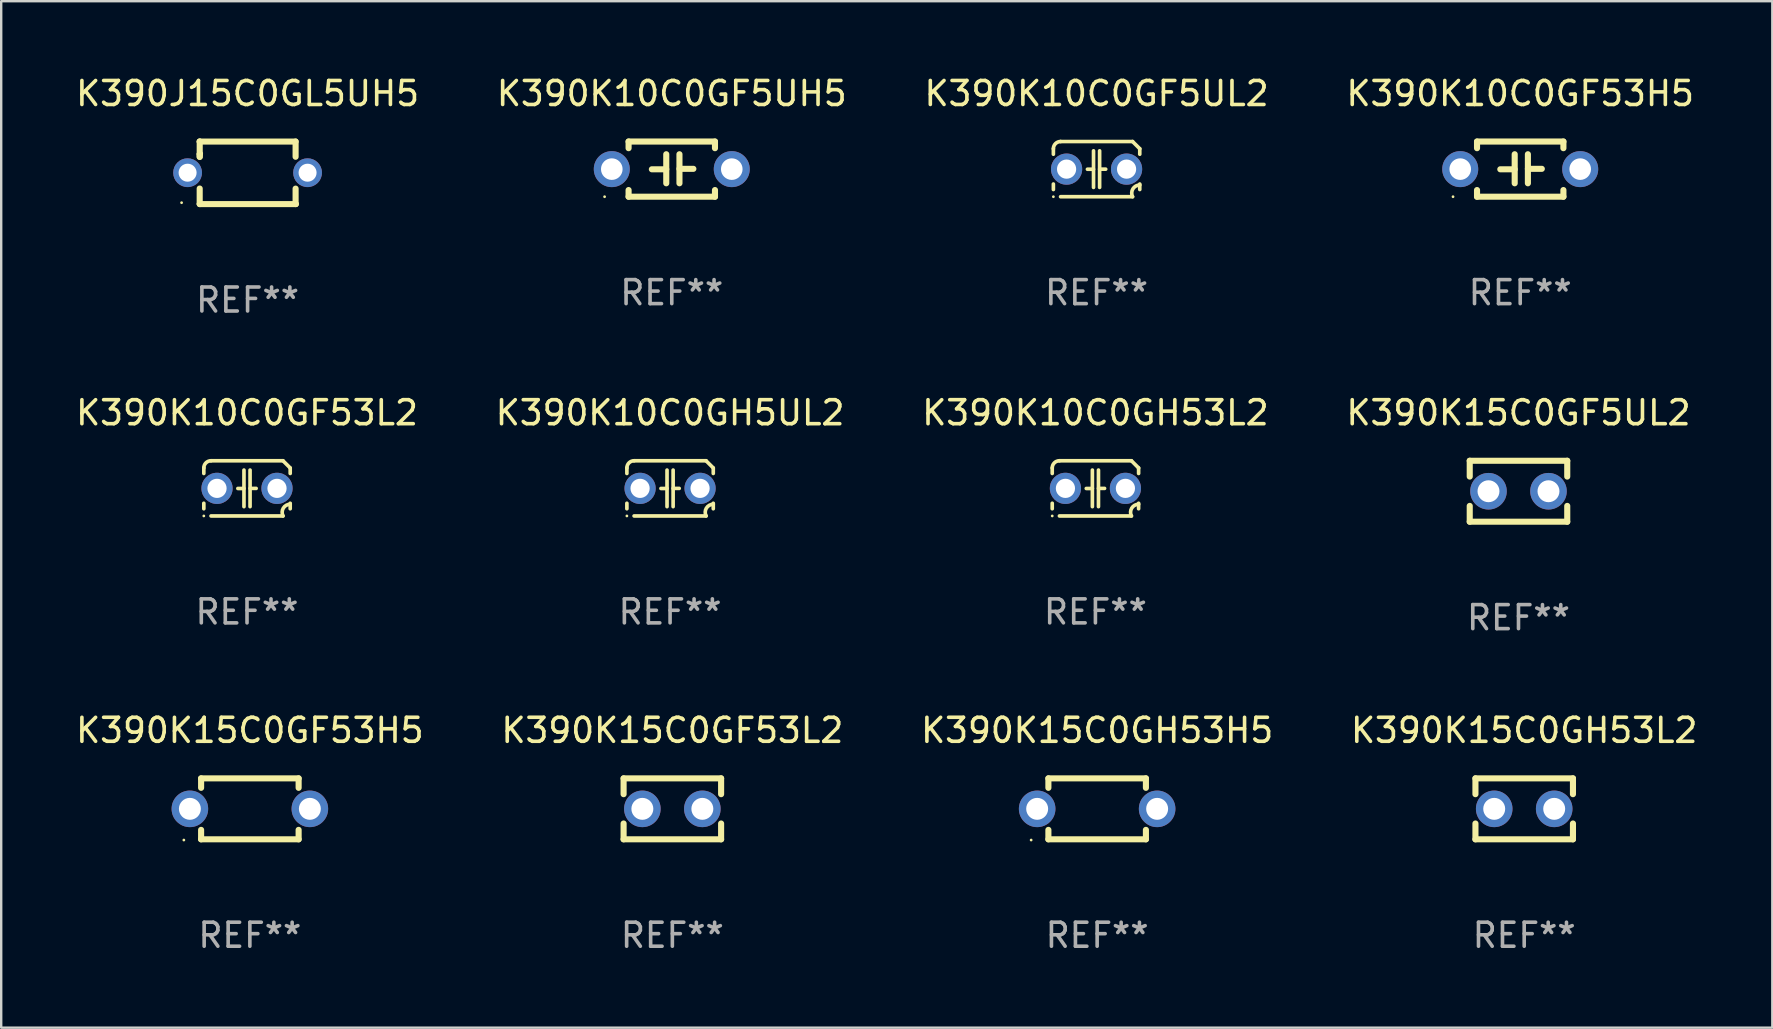
<source format=kicad_pcb>
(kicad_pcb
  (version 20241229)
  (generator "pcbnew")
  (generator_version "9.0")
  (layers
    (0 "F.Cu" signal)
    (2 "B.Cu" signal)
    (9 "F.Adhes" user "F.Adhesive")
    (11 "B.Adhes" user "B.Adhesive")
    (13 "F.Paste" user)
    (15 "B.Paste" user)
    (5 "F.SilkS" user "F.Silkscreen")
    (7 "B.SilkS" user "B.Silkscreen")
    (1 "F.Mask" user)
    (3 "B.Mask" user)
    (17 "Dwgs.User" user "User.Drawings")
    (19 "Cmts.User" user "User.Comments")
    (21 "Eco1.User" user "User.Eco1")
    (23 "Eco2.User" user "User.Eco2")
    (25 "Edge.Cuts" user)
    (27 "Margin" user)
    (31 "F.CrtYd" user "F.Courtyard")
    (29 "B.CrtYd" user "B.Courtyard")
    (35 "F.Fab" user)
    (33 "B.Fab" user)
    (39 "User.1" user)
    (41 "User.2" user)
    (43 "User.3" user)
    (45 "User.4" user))
  (footprint "K390K10C0GF5UH5"
    (layer "F.Cu")
    (at 24.946 3.998)
    (property "Reference" "K390K10C0GF5UH5" (at 0 -3.15 0) (layer "F.SilkS") (effects (font (size 1 1) (thickness 0.15))))
    (attr through_hole)
    (fp_line (start -1.8 -1.15) (end -1.8 -0.872) (stroke (width 0.254) (type solid)) (layer "F.SilkS"))
    (fp_line (start -1.8 -1.15) (end 1.8 -1.15) (stroke (width 0.254) (type solid)) (layer "F.SilkS"))
    (fp_line (start -1.8 0.872) (end -1.8 1.15) (stroke (width 0.254) (type solid)) (layer "F.SilkS"))
    (fp_line (start -1.8 1.15) (end 1.8 1.15) (stroke (width 0.254) (type solid)) (layer "F.SilkS"))
    (fp_line (start -0.23 -0.62) (end -0.23 0.59) (stroke (width 0.254) (type solid)) (layer "F.SilkS"))
    (fp_line (start -0.23 0.007) (end -0.83 0.007) (stroke (width 0.254) (type solid)) (layer "F.SilkS"))
    (fp_line (start 0.32 -0.62) (end 0.32 0.59) (stroke (width 0.254) (type solid)) (layer "F.SilkS"))
    (fp_line (start 0.32 -0.012) (end 0.9 -0.012) (stroke (width 0.254) (type solid)) (layer "F.SilkS"))
    (fp_line (start 1.8 -1.15) (end 1.8 -0.872) (stroke (width 0.254) (type solid)) (layer "F.SilkS"))
    (fp_line (start 1.8 0.872) (end 1.8 1.15) (stroke (width 0.254) (type solid)) (layer "F.SilkS"))
    (fp_circle (center -2.8 1.15) (end -2.77 1.15) (stroke (width 0.06) (type solid)) (fill no) (layer "F.SilkS"))
    (fp_text user "REF**" (at 0 5.15 0) (layer "F.Fab") (effects (font (size 1 1) (thickness 0.15))))
    (pad "1" thru_hole circle (at -2.5 0) (size 1.5 1.5) (drill 0.9) (layers "*.Cu" "*.Mask"))
    (pad "2" thru_hole circle (at 2.5 0) (size 1.5 1.5) (drill 0.9) (layers "*.Cu" "*.Mask")))
  (footprint "K390K10C0GF5UL2"
    (layer "F.Cu")
    (at 42.649 3.998)
    (property "Reference" "K390K10C0GF5UL2" (at 0 -3.15 0) (layer "F.SilkS") (effects (font (size 1 1) (thickness 0.15))))
    (attr through_hole)
    (fp_line (start -1.8 -0.621) (end -1.8 -0.85) (stroke (width 0.152) (type solid)) (layer "F.SilkS"))
    (fp_line (start -1.8 0.85) (end -1.8 0.621) (stroke (width 0.152) (type solid)) (layer "F.SilkS"))
    (fp_line (start -1.5 -1.15) (end 1.5 -1.15) (stroke (width 0.152) (type solid)) (layer "F.SilkS"))
    (fp_line (start -0.127 -0.762) (end -0.127 0.762) (stroke (width 0.152) (type solid)) (layer "F.SilkS"))
    (fp_line (start -0.127 0.005) (end -0.381 0.005) (stroke (width 0.152) (type solid)) (layer "F.SilkS"))
    (fp_line (start 0.127 -0.762) (end 0.127 0.762) (stroke (width 0.152) (type solid)) (layer "F.SilkS"))
    (fp_line (start 0.127 0.002) (end 0.381 0.002) (stroke (width 0.152) (type solid)) (layer "F.SilkS"))
    (fp_line (start 1.5 1.15) (end -1.5 1.15) (stroke (width 0.152) (type solid)) (layer "F.SilkS"))
    (fp_line (start 1.8 -0.85) (end 1.8 -0.621) (stroke (width 0.152) (type solid)) (layer "F.SilkS"))
    (fp_line (start 1.8 0.621) (end 1.8 0.85) (stroke (width 0.152) (type solid)) (layer "F.SilkS"))
    (fp_arc (start -1.799975 -0.849987) (mid -1.712107 -1.062119) (end -1.499975 -1.149987) (stroke (width 0.151994) (type solid)) (layer "F.SilkS"))
    (fp_arc (start 1.499975 1.149987) (mid 1.513726 0.822359) (end 1.799975 0.662387) (stroke (width 0.151994) (type solid)) (layer "F.SilkS"))
    (fp_arc (start 1.500001 -1.149986) (mid 1.650015 -1.000001) (end 1.8 -0.849987) (stroke (width 0.151994) (type solid)) (layer "F.SilkS"))
    (fp_circle (center -1.8 1.15) (end -1.77 1.15) (stroke (width 0.06) (type solid)) (fill no) (layer "F.SilkS"))
    (fp_text user "REF**" (at 0 5.15 0) (layer "F.Fab") (effects (font (size 1 1) (thickness 0.15))))
    (pad "1" thru_hole circle (at -1.25 0) (size 1.3 1.3) (drill 0.8) (layers "*.Cu" "*.Mask"))
    (pad "2" thru_hole circle (at 1.25 0) (size 1.3 1.3) (drill 0.8) (layers "*.Cu" "*.Mask")))
  (footprint "K390K15C0GF53L2"
    (layer "F.Cu")
    (at 24.97 30.658)
    (property "Reference" "K390K15C0GF53L2" (at 0 -3.27 0) (layer "F.SilkS") (effects (font (size 1 1) (thickness 0.15))))
    (attr through_hole)
    (fp_line (start -2.032 -1.27) (end -2.032 -0.611) (stroke (width 0.254) (type solid)) (layer "F.SilkS"))
    (fp_line (start -2.032 0.611) (end -2.032 1.27) (stroke (width 0.254) (type solid)) (layer "F.SilkS"))
    (fp_line (start -2.032 1.27) (end 2.032 1.27) (stroke (width 0.254) (type solid)) (layer "F.SilkS"))
    (fp_line (start 2.032 -1.27) (end -2.032 -1.27) (stroke (width 0.254) (type solid)) (layer "F.SilkS"))
    (fp_line (start 2.032 -0.611) (end 2.032 -1.27) (stroke (width 0.254) (type solid)) (layer "F.SilkS"))
    (fp_line (start 2.032 1.27) (end 2.032 0.611) (stroke (width 0.254) (type solid)) (layer "F.SilkS"))
    (fp_circle (center -2 1.3) (end -1.97 1.3) (stroke (width 0.06) (type solid)) (fill no) (layer "F.SilkS"))
    (fp_text user "REF**" (at 0 5.27 0) (layer "F.Fab") (effects (font (size 1 1) (thickness 0.15))))
    (pad "1" thru_hole circle (at -1.25 0) (size 1.524 1.524) (drill 0.914) (layers "*.Cu" "*.Mask"))
    (pad "2" thru_hole circle (at 1.25 0) (size 1.524 1.524) (drill 0.914) (layers "*.Cu" "*.Mask")))
  (footprint "K390K15C0GF5UL2"
    (layer "F.Cu")
    (at 60.232 17.422)
    (property "Reference" "K390K15C0GF5UL2" (at 0 -3.27 0) (layer "F.SilkS") (effects (font (size 1 1) (thickness 0.15))))
    (attr through_hole)
    (fp_line (start -2.032 -1.27) (end -2.032 -0.611) (stroke (width 0.254) (type solid)) (layer "F.SilkS"))
    (fp_line (start -2.032 0.611) (end -2.032 1.27) (stroke (width 0.254) (type solid)) (layer "F.SilkS"))
    (fp_line (start -2.032 1.27) (end 2.032 1.27) (stroke (width 0.254) (type solid)) (layer "F.SilkS"))
    (fp_line (start 2.032 -1.27) (end -2.032 -1.27) (stroke (width 0.254) (type solid)) (layer "F.SilkS"))
    (fp_line (start 2.032 -0.611) (end 2.032 -1.27) (stroke (width 0.254) (type solid)) (layer "F.SilkS"))
    (fp_line (start 2.032 1.27) (end 2.032 0.611) (stroke (width 0.254) (type solid)) (layer "F.SilkS"))
    (fp_circle (center -2 1.3) (end -1.97 1.3) (stroke (width 0.06) (type solid)) (fill no) (layer "F.SilkS"))
    (fp_text user "REF**" (at 0 5.27 0) (layer "F.Fab") (effects (font (size 1 1) (thickness 0.15))))
    (pad "1" thru_hole circle (at -1.25 0) (size 1.524 1.524) (drill 0.914) (layers "*.Cu" "*.Mask"))
    (pad "2" thru_hole circle (at 1.25 0) (size 1.524 1.524) (drill 0.914) (layers "*.Cu" "*.Mask")))
  (footprint "K390K10C0GF53L2"
    (layer "F.Cu")
    (at 7.244 17.302)
    (property "Reference" "K390K10C0GF53L2" (at 0 -3.15 0) (layer "F.SilkS") (effects (font (size 1 1) (thickness 0.15))))
    (attr through_hole)
    (fp_line (start -1.8 -0.621) (end -1.8 -0.85) (stroke (width 0.152) (type solid)) (layer "F.SilkS"))
    (fp_line (start -1.8 0.85) (end -1.8 0.621) (stroke (width 0.152) (type solid)) (layer "F.SilkS"))
    (fp_line (start -1.5 -1.15) (end 1.5 -1.15) (stroke (width 0.152) (type solid)) (layer "F.SilkS"))
    (fp_line (start -0.127 -0.762) (end -0.127 0.762) (stroke (width 0.152) (type solid)) (layer "F.SilkS"))
    (fp_line (start -0.127 0.005) (end -0.381 0.005) (stroke (width 0.152) (type solid)) (layer "F.SilkS"))
    (fp_line (start 0.127 -0.762) (end 0.127 0.762) (stroke (width 0.152) (type solid)) (layer "F.SilkS"))
    (fp_line (start 0.127 0.002) (end 0.381 0.002) (stroke (width 0.152) (type solid)) (layer "F.SilkS"))
    (fp_line (start 1.5 1.15) (end -1.5 1.15) (stroke (width 0.152) (type solid)) (layer "F.SilkS"))
    (fp_line (start 1.8 -0.85) (end 1.8 -0.621) (stroke (width 0.152) (type solid)) (layer "F.SilkS"))
    (fp_line (start 1.8 0.621) (end 1.8 0.85) (stroke (width 0.152) (type solid)) (layer "F.SilkS"))
    (fp_arc (start -1.799975 -0.849987) (mid -1.712107 -1.062119) (end -1.499975 -1.149987) (stroke (width 0.151994) (type solid)) (layer "F.SilkS"))
    (fp_arc (start 1.499975 1.149987) (mid 1.513726 0.822359) (end 1.799975 0.662387) (stroke (width 0.151994) (type solid)) (layer "F.SilkS"))
    (fp_arc (start 1.500001 -1.149986) (mid 1.650015 -1.000001) (end 1.8 -0.849987) (stroke (width 0.151994) (type solid)) (layer "F.SilkS"))
    (fp_circle (center -1.8 1.15) (end -1.77 1.15) (stroke (width 0.06) (type solid)) (fill no) (layer "F.SilkS"))
    (fp_text user "REF**" (at 0 5.15 0) (layer "F.Fab") (effects (font (size 1 1) (thickness 0.15))))
    (pad "1" thru_hole circle (at -1.25 0) (size 1.3 1.3) (drill 0.8) (layers "*.Cu" "*.Mask"))
    (pad "2" thru_hole circle (at 1.25 0) (size 1.3 1.3) (drill 0.8) (layers "*.Cu" "*.Mask")))
  (footprint "K390K15C0GF53H5"
    (layer "F.Cu")
    (at 7.363 30.658)
    (property "Reference" "K390K15C0GF53H5" (at 0 -3.27 0) (layer "F.SilkS") (effects (font (size 1 1) (thickness 0.15))))
    (attr through_hole)
    (fp_line (start -2.032 -1.27) (end -2.032 -0.876) (stroke (width 0.254) (type solid)) (layer "F.SilkS"))
    (fp_line (start -2.032 0.876) (end -2.032 1.27) (stroke (width 0.254) (type solid)) (layer "F.SilkS"))
    (fp_line (start -2.032 1.27) (end 2.032 1.27) (stroke (width 0.254) (type solid)) (layer "F.SilkS"))
    (fp_line (start 2.032 -1.27) (end -2.032 -1.27) (stroke (width 0.254) (type solid)) (layer "F.SilkS"))
    (fp_line (start 2.032 -0.876) (end 2.032 -1.27) (stroke (width 0.254) (type solid)) (layer "F.SilkS"))
    (fp_line (start 2.032 1.27) (end 2.032 0.876) (stroke (width 0.254) (type solid)) (layer "F.SilkS"))
    (fp_circle (center -2.751 1.3) (end -2.721 1.3) (stroke (width 0.06) (type solid)) (fill no) (layer "F.SilkS"))
    (fp_text user "REF**" (at 0 5.27 0) (layer "F.Fab") (effects (font (size 1 1) (thickness 0.15))))
    (pad "1" thru_hole circle (at -2.5 0) (size 1.524 1.524) (drill 0.914) (layers "*.Cu" "*.Mask"))
    (pad "2" thru_hole circle (at 2.5 0) (size 1.524 1.524) (drill 0.914) (layers "*.Cu" "*.Mask")))
  (footprint "K390J15C0GL5UH5"
    (layer "F.Cu")
    (at 7.268 4.152)
    (property "Reference" "K390J15C0GL5UH5" (at 0 -3.303 0) (layer "F.SilkS") (effects (font (size 1 1) (thickness 0.15))))
    (attr through_hole)
    (fp_line (start -1.996 -0.782) (end -1.983 -0.795) (stroke (width 0.254) (type solid)) (layer "F.SilkS"))
    (fp_line (start -1.996 -0.665) (end -1.996 -0.782) (stroke (width 0.254) (type solid)) (layer "F.SilkS"))
    (fp_line (start -1.996 1.297) (end -1.996 0.655) (stroke (width 0.254) (type solid)) (layer "F.SilkS"))
    (fp_line (start -1.996 -1.303) (end 2.001 -1.303) (stroke (width 0.254) (type solid)) (layer "F.SilkS"))
    (fp_line (start -1.995 -1.303) (end -1.996 -1.303) (stroke (width 0.254) (type solid)) (layer "F.SilkS"))
    (fp_line (start -1.995 -0.664) (end -1.995 -1.303) (stroke (width 0.254) (type solid)) (layer "F.SilkS"))
    (fp_line (start -1.99 1.303) (end -1.996 1.297) (stroke (width 0.254) (type solid)) (layer "F.SilkS"))
    (fp_line (start 2.001 -1.303) (end 2.001 -0.669) (stroke (width 0.254) (type solid)) (layer "F.SilkS"))
    (fp_line (start 2.001 0.659) (end 2.001 1.297) (stroke (width 0.254) (type solid)) (layer "F.SilkS"))
    (fp_line (start 2.001 1.297) (end 2.008 1.303) (stroke (width 0.254) (type solid)) (layer "F.SilkS"))
    (fp_line (start 2.008 1.303) (end -1.99 1.303) (stroke (width 0.254) (type solid)) (layer "F.SilkS"))
    (fp_circle (center -2.75 1.245) (end -2.72 1.245) (stroke (width 0.06) (type solid)) (fill no) (layer "F.SilkS"))
    (fp_text user "REF**" (at 0 5.303 0) (layer "F.Fab") (effects (font (size 1 1) (thickness 0.15))))
    (pad "1" thru_hole circle (at -2.5 -0.005) (size 1.2 1.2) (drill 0.75) (layers "*.Cu" "*.Mask"))
    (pad "2" thru_hole circle (at 2.5 -0.005) (size 1.2 1.2) (drill 0.75) (layers "*.Cu" "*.Mask")))
  (footprint "K390K10C0GH53L2"
    (layer "F.Cu")
    (at 42.601 17.302)
    (property "Reference" "K390K10C0GH53L2" (at 0 -3.15 0) (layer "F.SilkS") (effects (font (size 1 1) (thickness 0.15))))
    (attr through_hole)
    (fp_line (start -1.8 -0.621) (end -1.8 -0.85) (stroke (width 0.152) (type solid)) (layer "F.SilkS"))
    (fp_line (start -1.8 0.85) (end -1.8 0.621) (stroke (width 0.152) (type solid)) (layer "F.SilkS"))
    (fp_line (start -1.5 -1.15) (end 1.5 -1.15) (stroke (width 0.152) (type solid)) (layer "F.SilkS"))
    (fp_line (start -0.127 -0.762) (end -0.127 0.762) (stroke (width 0.152) (type solid)) (layer "F.SilkS"))
    (fp_line (start -0.127 0.005) (end -0.381 0.005) (stroke (width 0.152) (type solid)) (layer "F.SilkS"))
    (fp_line (start 0.127 -0.762) (end 0.127 0.762) (stroke (width 0.152) (type solid)) (layer "F.SilkS"))
    (fp_line (start 0.127 0.002) (end 0.381 0.002) (stroke (width 0.152) (type solid)) (layer "F.SilkS"))
    (fp_line (start 1.5 1.15) (end -1.5 1.15) (stroke (width 0.152) (type solid)) (layer "F.SilkS"))
    (fp_line (start 1.8 -0.85) (end 1.8 -0.621) (stroke (width 0.152) (type solid)) (layer "F.SilkS"))
    (fp_line (start 1.8 0.621) (end 1.8 0.85) (stroke (width 0.152) (type solid)) (layer "F.SilkS"))
    (fp_arc (start -1.799975 -0.849987) (mid -1.712107 -1.062119) (end -1.499975 -1.149987) (stroke (width 0.151994) (type solid)) (layer "F.SilkS"))
    (fp_arc (start 1.499975 1.149987) (mid 1.513726 0.822359) (end 1.799975 0.662387) (stroke (width 0.151994) (type solid)) (layer "F.SilkS"))
    (fp_arc (start 1.500001 -1.149986) (mid 1.650015 -1.000001) (end 1.8 -0.849987) (stroke (width 0.151994) (type solid)) (layer "F.SilkS"))
    (fp_circle (center -1.8 1.15) (end -1.77 1.15) (stroke (width 0.06) (type solid)) (fill no) (layer "F.SilkS"))
    (fp_text user "REF**" (at 0 5.15 0) (layer "F.Fab") (effects (font (size 1 1) (thickness 0.15))))
    (pad "1" thru_hole circle (at -1.25 0) (size 1.3 1.3) (drill 0.8) (layers "*.Cu" "*.Mask"))
    (pad "2" thru_hole circle (at 1.25 0) (size 1.3 1.3) (drill 0.8) (layers "*.Cu" "*.Mask")))
  (footprint "K390K10C0GH5UL2"
    (layer "F.Cu")
    (at 24.875 17.302)
    (property "Reference" "K390K10C0GH5UL2" (at 0 -3.15 0) (layer "F.SilkS") (effects (font (size 1 1) (thickness 0.15))))
    (attr through_hole)
    (fp_line (start -1.8 -0.621) (end -1.8 -0.85) (stroke (width 0.152) (type solid)) (layer "F.SilkS"))
    (fp_line (start -1.8 0.85) (end -1.8 0.621) (stroke (width 0.152) (type solid)) (layer "F.SilkS"))
    (fp_line (start -1.5 -1.15) (end 1.5 -1.15) (stroke (width 0.152) (type solid)) (layer "F.SilkS"))
    (fp_line (start -0.127 -0.762) (end -0.127 0.762) (stroke (width 0.152) (type solid)) (layer "F.SilkS"))
    (fp_line (start -0.127 0.005) (end -0.381 0.005) (stroke (width 0.152) (type solid)) (layer "F.SilkS"))
    (fp_line (start 0.127 -0.762) (end 0.127 0.762) (stroke (width 0.152) (type solid)) (layer "F.SilkS"))
    (fp_line (start 0.127 0.002) (end 0.381 0.002) (stroke (width 0.152) (type solid)) (layer "F.SilkS"))
    (fp_line (start 1.5 1.15) (end -1.5 1.15) (stroke (width 0.152) (type solid)) (layer "F.SilkS"))
    (fp_line (start 1.8 -0.85) (end 1.8 -0.621) (stroke (width 0.152) (type solid)) (layer "F.SilkS"))
    (fp_line (start 1.8 0.621) (end 1.8 0.85) (stroke (width 0.152) (type solid)) (layer "F.SilkS"))
    (fp_arc (start -1.799975 -0.849987) (mid -1.712107 -1.062119) (end -1.499975 -1.149987) (stroke (width 0.151994) (type solid)) (layer "F.SilkS"))
    (fp_arc (start 1.499975 1.149987) (mid 1.513726 0.822359) (end 1.799975 0.662387) (stroke (width 0.151994) (type solid)) (layer "F.SilkS"))
    (fp_arc (start 1.500001 -1.149986) (mid 1.650015 -1.000001) (end 1.8 -0.849987) (stroke (width 0.151994) (type solid)) (layer "F.SilkS"))
    (fp_circle (center -1.8 1.15) (end -1.77 1.15) (stroke (width 0.06) (type solid)) (fill no) (layer "F.SilkS"))
    (fp_text user "REF**" (at 0 5.15 0) (layer "F.Fab") (effects (font (size 1 1) (thickness 0.15))))
    (pad "1" thru_hole circle (at -1.25 0) (size 1.3 1.3) (drill 0.8) (layers "*.Cu" "*.Mask"))
    (pad "2" thru_hole circle (at 1.25 0) (size 1.3 1.3) (drill 0.8) (layers "*.Cu" "*.Mask")))
  (footprint "K390K10C0GF53H5"
    (layer "F.Cu")
    (at 60.304 3.998)
    (property "Reference" "K390K10C0GF53H5" (at 0 -3.15 0) (layer "F.SilkS") (effects (font (size 1 1) (thickness 0.15))))
    (attr through_hole)
    (fp_line (start -1.8 -1.15) (end -1.8 -0.872) (stroke (width 0.254) (type solid)) (layer "F.SilkS"))
    (fp_line (start -1.8 -1.15) (end 1.8 -1.15) (stroke (width 0.254) (type solid)) (layer "F.SilkS"))
    (fp_line (start -1.8 0.872) (end -1.8 1.15) (stroke (width 0.254) (type solid)) (layer "F.SilkS"))
    (fp_line (start -1.8 1.15) (end 1.8 1.15) (stroke (width 0.254) (type solid)) (layer "F.SilkS"))
    (fp_line (start -0.23 -0.62) (end -0.23 0.59) (stroke (width 0.254) (type solid)) (layer "F.SilkS"))
    (fp_line (start -0.23 0.007) (end -0.83 0.007) (stroke (width 0.254) (type solid)) (layer "F.SilkS"))
    (fp_line (start 0.32 -0.62) (end 0.32 0.59) (stroke (width 0.254) (type solid)) (layer "F.SilkS"))
    (fp_line (start 0.32 -0.012) (end 0.9 -0.012) (stroke (width 0.254) (type solid)) (layer "F.SilkS"))
    (fp_line (start 1.8 -1.15) (end 1.8 -0.872) (stroke (width 0.254) (type solid)) (layer "F.SilkS"))
    (fp_line (start 1.8 0.872) (end 1.8 1.15) (stroke (width 0.254) (type solid)) (layer "F.SilkS"))
    (fp_circle (center -2.8 1.15) (end -2.77 1.15) (stroke (width 0.06) (type solid)) (fill no) (layer "F.SilkS"))
    (fp_text user "REF**" (at 0 5.15 0) (layer "F.Fab") (effects (font (size 1 1) (thickness 0.15))))
    (pad "1" thru_hole circle (at -2.5 0) (size 1.5 1.5) (drill 0.9) (layers "*.Cu" "*.Mask"))
    (pad "2" thru_hole circle (at 2.5 0) (size 1.5 1.5) (drill 0.9) (layers "*.Cu" "*.Mask")))
  (footprint "K390K15C0GH53L2"
    (layer "F.Cu")
    (at 60.47 30.658)
    (property "Reference" "K390K15C0GH53L2" (at 0 -3.27 0) (layer "F.SilkS") (effects (font (size 1 1) (thickness 0.15))))
    (attr through_hole)
    (fp_line (start -2.032 -1.27) (end -2.032 -0.611) (stroke (width 0.254) (type solid)) (layer "F.SilkS"))
    (fp_line (start -2.032 0.611) (end -2.032 1.27) (stroke (width 0.254) (type solid)) (layer "F.SilkS"))
    (fp_line (start -2.032 1.27) (end 2.032 1.27) (stroke (width 0.254) (type solid)) (layer "F.SilkS"))
    (fp_line (start 2.032 -1.27) (end -2.032 -1.27) (stroke (width 0.254) (type solid)) (layer "F.SilkS"))
    (fp_line (start 2.032 -0.611) (end 2.032 -1.27) (stroke (width 0.254) (type solid)) (layer "F.SilkS"))
    (fp_line (start 2.032 1.27) (end 2.032 0.611) (stroke (width 0.254) (type solid)) (layer "F.SilkS"))
    (fp_circle (center -2 1.3) (end -1.97 1.3) (stroke (width 0.06) (type solid)) (fill no) (layer "F.SilkS"))
    (fp_text user "REF**" (at 0 5.27 0) (layer "F.Fab") (effects (font (size 1 1) (thickness 0.15))))
    (pad "1" thru_hole circle (at -1.25 0) (size 1.524 1.524) (drill 0.914) (layers "*.Cu" "*.Mask"))
    (pad "2" thru_hole circle (at 1.25 0) (size 1.524 1.524) (drill 0.914) (layers "*.Cu" "*.Mask")))
  (footprint "K390K15C0GH53H5"
    (layer "F.Cu")
    (at 42.673 30.658)
    (property "Reference" "K390K15C0GH53H5" (at 0 -3.27 0) (layer "F.SilkS") (effects (font (size 1 1) (thickness 0.15))))
    (attr through_hole)
    (fp_line (start -2.032 -1.27) (end -2.032 -0.876) (stroke (width 0.254) (type solid)) (layer "F.SilkS"))
    (fp_line (start -2.032 0.876) (end -2.032 1.27) (stroke (width 0.254) (type solid)) (layer "F.SilkS"))
    (fp_line (start -2.032 1.27) (end 2.032 1.27) (stroke (width 0.254) (type solid)) (layer "F.SilkS"))
    (fp_line (start 2.032 -1.27) (end -2.032 -1.27) (stroke (width 0.254) (type solid)) (layer "F.SilkS"))
    (fp_line (start 2.032 -0.876) (end 2.032 -1.27) (stroke (width 0.254) (type solid)) (layer "F.SilkS"))
    (fp_line (start 2.032 1.27) (end 2.032 0.876) (stroke (width 0.254) (type solid)) (layer "F.SilkS"))
    (fp_circle (center -2.751 1.3) (end -2.721 1.3) (stroke (width 0.06) (type solid)) (fill no) (layer "F.SilkS"))
    (fp_text user "REF**" (at 0 5.27 0) (layer "F.Fab") (effects (font (size 1 1) (thickness 0.15))))
    (pad "1" thru_hole circle (at -2.5 0) (size 1.524 1.524) (drill 0.914) (layers "*.Cu" "*.Mask"))
    (pad "2" thru_hole circle (at 2.5 0) (size 1.524 1.524) (drill 0.914) (layers "*.Cu" "*.Mask")))
  (gr_rect
    (start -3 -3)
    (end 70.81 39.776)
    (stroke (width 0.1) (type default))
    (fill no)
    (layer "Edge.Cuts")))
</source>
